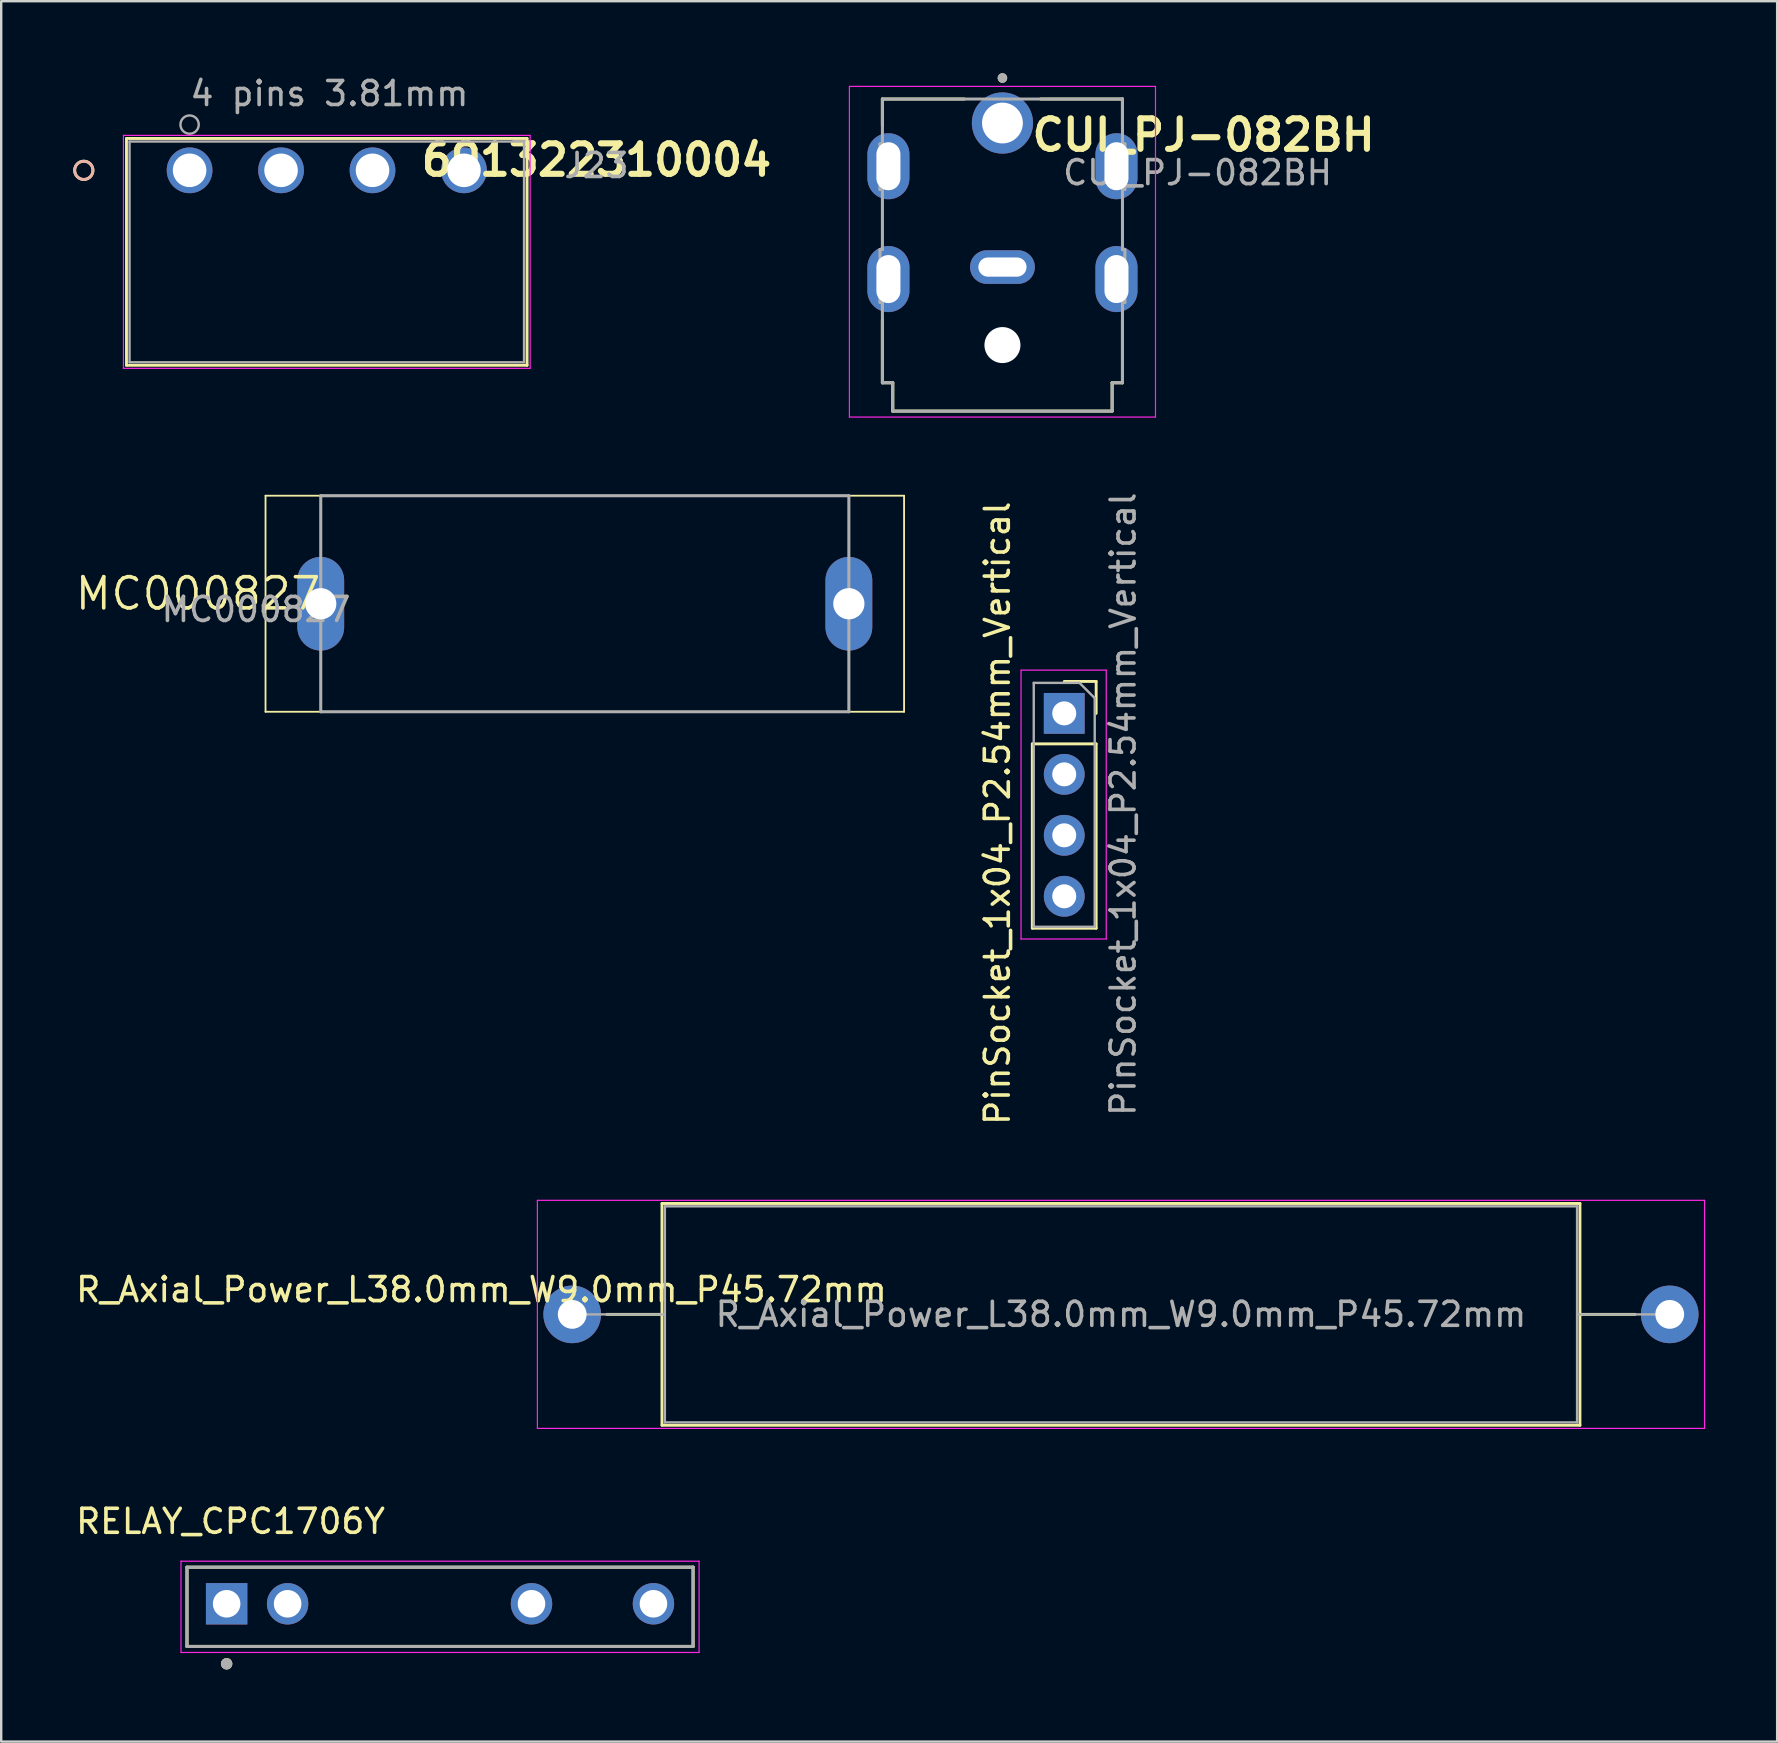
<source format=kicad_pcb>
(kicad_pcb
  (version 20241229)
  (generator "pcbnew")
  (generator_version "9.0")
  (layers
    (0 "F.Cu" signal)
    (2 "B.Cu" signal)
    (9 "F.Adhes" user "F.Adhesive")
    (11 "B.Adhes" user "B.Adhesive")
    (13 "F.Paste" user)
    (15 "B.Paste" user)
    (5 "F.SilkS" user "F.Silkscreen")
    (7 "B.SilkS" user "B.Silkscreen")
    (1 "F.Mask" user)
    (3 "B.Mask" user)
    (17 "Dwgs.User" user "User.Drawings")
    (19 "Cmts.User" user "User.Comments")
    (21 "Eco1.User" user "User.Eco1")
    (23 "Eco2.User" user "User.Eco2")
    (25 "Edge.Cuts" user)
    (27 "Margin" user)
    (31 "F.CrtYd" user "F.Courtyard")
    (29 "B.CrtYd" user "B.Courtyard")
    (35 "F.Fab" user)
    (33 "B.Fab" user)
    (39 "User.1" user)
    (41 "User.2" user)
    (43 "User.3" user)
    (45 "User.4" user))
  (footprint "RELAY_CPC1706Y"
    (layer "F.Cu")
    (at 6.391 63.759)
    (property "Reference" "RELAY_CPC1706Y" (at 0.163 -3.433 0) (layer "F.SilkS") (effects (font (size 1 1) (thickness 0.15))))
    (attr through_hole)
    (fp_line (start -1.651 -1.524) (end 19.431 -1.524) (stroke (width 0.127) (type solid)) (layer "F.SilkS"))
    (fp_line (start -1.651 1.778) (end -1.651 -1.524) (stroke (width 0.127) (type solid)) (layer "F.SilkS"))
    (fp_line (start 19.431 -1.524) (end 19.431 1.778) (stroke (width 0.127) (type solid)) (layer "F.SilkS"))
    (fp_line (start 19.431 1.778) (end -1.651 1.778) (stroke (width 0.127) (type solid)) (layer "F.SilkS"))
    (fp_circle (center 0 2.5) (end 0.12 2.5) (stroke (width 0.24) (type solid)) (fill no) (layer "F.SilkS"))
    (fp_line (start -1.901 -1.774) (end 19.681 -1.774) (stroke (width 0.05) (type solid)) (layer "F.CrtYd"))
    (fp_line (start -1.901 2.028) (end -1.901 -1.774) (stroke (width 0.05) (type solid)) (layer "F.CrtYd"))
    (fp_line (start 19.681 -1.774) (end 19.681 2.028) (stroke (width 0.05) (type solid)) (layer "F.CrtYd"))
    (fp_line (start 19.681 2.028) (end -1.901 2.028) (stroke (width 0.05) (type solid)) (layer "F.CrtYd"))
    (fp_line (start -1.651 -1.524) (end 19.431 -1.524) (stroke (width 0.127) (type solid)) (layer "F.Fab"))
    (fp_line (start -1.651 1.778) (end -1.651 -1.524) (stroke (width 0.127) (type solid)) (layer "F.Fab"))
    (fp_line (start 19.431 -1.524) (end 19.431 1.778) (stroke (width 0.127) (type solid)) (layer "F.Fab"))
    (fp_line (start 19.431 1.778) (end -1.651 1.778) (stroke (width 0.127) (type solid)) (layer "F.Fab"))
    (fp_circle (center 0 2.5) (end 0.12 2.5) (stroke (width 0.24) (type solid)) (fill no) (layer "F.Fab"))
    (pad "1" thru_hole rect (at 0 0) (size 1.725 1.725) (drill 1.15) (layers "*.Cu" "*.Mask"))
    (pad "2" thru_hole circle (at 2.54 0) (size 1.725 1.725) (drill 1.15) (layers "*.Cu" "*.Mask"))
    (pad "3" thru_hole circle (at 12.7 0) (size 1.725 1.725) (drill 1.15) (layers "*.Cu" "*.Mask"))
    (pad "4" thru_hole circle (at 17.78 0) (size 1.725 1.725) (drill 1.15) (layers "*.Cu" "*.Mask")))
  (footprint "PinSocket_1x04_P2.54mm_Vertical"
    (layer "F.Cu")
    (at 41.283 26.667)
    (property "Reference" "PinSocket_1x04_P2.54mm_Vertical" (at -2.786 4.16 90) (layer "F.SilkS") (effects (font (size 1 1) (thickness 0.15))))
    (attr through_hole)
    (fp_line (start -1.33 1.27) (end -1.33 8.95) (stroke (width 0.12) (type solid)) (layer "F.SilkS"))
    (fp_line (start -1.33 1.27) (end 1.33 1.27) (stroke (width 0.12) (type solid)) (layer "F.SilkS"))
    (fp_line (start -1.33 8.95) (end 1.33 8.95) (stroke (width 0.12) (type solid)) (layer "F.SilkS"))
    (fp_line (start 0 -1.33) (end 1.33 -1.33) (stroke (width 0.12) (type solid)) (layer "F.SilkS"))
    (fp_line (start 1.33 -1.33) (end 1.33 0) (stroke (width 0.12) (type solid)) (layer "F.SilkS"))
    (fp_line (start 1.33 1.27) (end 1.33 8.95) (stroke (width 0.12) (type solid)) (layer "F.SilkS"))
    (fp_line (start -1.8 -1.8) (end 1.75 -1.8) (stroke (width 0.05) (type solid)) (layer "F.CrtYd"))
    (fp_line (start -1.8 9.4) (end -1.8 -1.8) (stroke (width 0.05) (type solid)) (layer "F.CrtYd"))
    (fp_line (start 1.75 -1.8) (end 1.75 9.4) (stroke (width 0.05) (type solid)) (layer "F.CrtYd"))
    (fp_line (start 1.75 9.4) (end -1.8 9.4) (stroke (width 0.05) (type solid)) (layer "F.CrtYd"))
    (fp_line (start -1.27 -1.27) (end 0.635 -1.27) (stroke (width 0.1) (type solid)) (layer "F.Fab"))
    (fp_line (start -1.27 8.89) (end -1.27 -1.27) (stroke (width 0.1) (type solid)) (layer "F.Fab"))
    (fp_line (start 0.635 -1.27) (end 1.27 -0.635) (stroke (width 0.1) (type solid)) (layer "F.Fab"))
    (fp_line (start 1.27 -0.635) (end 1.27 8.89) (stroke (width 0.1) (type solid)) (layer "F.Fab"))
    (fp_line (start 1.27 8.89) (end -1.27 8.89) (stroke (width 0.1) (type solid)) (layer "F.Fab"))
    (fp_text user "${REFERENCE}" (at 2.452 3.784 90) (layer "F.Fab") (effects (font (size 1 1) (thickness 0.15))))
    (pad "1" thru_hole rect (at 0 0) (size 1.7 1.7) (drill 1) (layers "*.Cu" "*.Mask"))
    (pad "2" thru_hole oval (at 0 2.54) (size 1.7 1.7) (drill 1) (layers "*.Cu" "*.Mask"))
    (pad "3" thru_hole oval (at 0 5.08) (size 1.7 1.7) (drill 1) (layers "*.Cu" "*.Mask"))
    (pad "4" thru_hole oval (at 0 7.62) (size 1.7 1.7) (drill 1) (layers "*.Cu" "*.Mask")))
  (footprint "MC000827"
    (layer "F.Cu")
    (at 10.311 17.6)
    (property "Reference" "MC000827" (at -5.109 4.079 0) (layer "F.SilkS") (effects (font (size 1.3 1.3) (thickness 0.15))))
    (attr through_hole)
    (fp_line (start -2.3 0) (end 24.3 0) (stroke (width 0.076) (type solid)) (layer "F.SilkS"))
    (fp_line (start -2.3 9) (end -2.3 0) (stroke (width 0.076) (type solid)) (layer "F.SilkS"))
    (fp_line (start 24.3 0) (end 24.3 9) (stroke (width 0.076) (type solid)) (layer "F.SilkS"))
    (fp_line (start 24.3 9) (end -2.3 9) (stroke (width 0.076) (type solid)) (layer "F.SilkS"))
    (fp_line (start 0 0) (end 22 0) (stroke (width 0.127) (type solid)) (layer "F.Fab"))
    (fp_line (start 0 9) (end 0 0) (stroke (width 0.127) (type solid)) (layer "F.Fab"))
    (fp_line (start 22 0) (end 22 9) (stroke (width 0.127) (type solid)) (layer "F.Fab"))
    (fp_line (start 22 9) (end 0 9) (stroke (width 0.127) (type solid)) (layer "F.Fab"))
    (fp_text user "${REFERENCE}" (at -2.696 4.74 0) (unlocked yes) (layer "F.Fab") (effects (font (size 1 1) (thickness 0.15))))
    (pad "P$1" thru_hole oval (at 22 4.5) (size 1.95 3.9) (drill 1.3) (layers "*.Cu" "*.Mask"))
    (pad "P$2" thru_hole oval (at 0 4.5) (size 1.95 3.9) (drill 1.3) (layers "*.Cu" "*.Mask")))
  (footprint "R_Axial_Power_L38.0mm_W9.0mm_P45.72mm"
    (layer "F.Cu")
    (at 20.786 51.703)
    (property "Reference" "R_Axial_Power_L38.0mm_W9.0mm_P45.72mm" (at -3.78 -1.03 180) (layer "F.SilkS") (effects (font (size 1 1) (thickness 0.15))))
    (attr through_hole)
    (fp_line (start 1.44 0) (end 3.74 0) (stroke (width 0.12) (type solid)) (layer "F.SilkS"))
    (fp_line (start 3.74 -4.62) (end 3.74 4.62) (stroke (width 0.12) (type solid)) (layer "F.SilkS"))
    (fp_line (start 3.74 4.62) (end 41.98 4.62) (stroke (width 0.12) (type solid)) (layer "F.SilkS"))
    (fp_line (start 41.98 -4.62) (end 3.74 -4.62) (stroke (width 0.12) (type solid)) (layer "F.SilkS"))
    (fp_line (start 41.98 4.62) (end 41.98 -4.62) (stroke (width 0.12) (type solid)) (layer "F.SilkS"))
    (fp_line (start 44.28 0) (end 41.98 0) (stroke (width 0.12) (type solid)) (layer "F.SilkS"))
    (fp_line (start -1.45 -4.75) (end -1.45 4.75) (stroke (width 0.05) (type solid)) (layer "F.CrtYd"))
    (fp_line (start -1.45 4.75) (end 47.17 4.75) (stroke (width 0.05) (type solid)) (layer "F.CrtYd"))
    (fp_line (start 47.17 -4.75) (end -1.45 -4.75) (stroke (width 0.05) (type solid)) (layer "F.CrtYd"))
    (fp_line (start 47.17 4.75) (end 47.17 -4.75) (stroke (width 0.05) (type solid)) (layer "F.CrtYd"))
    (fp_line (start 0 0) (end 3.86 0) (stroke (width 0.1) (type solid)) (layer "F.Fab"))
    (fp_line (start 3.86 -4.5) (end 3.86 4.5) (stroke (width 0.1) (type solid)) (layer "F.Fab"))
    (fp_line (start 3.86 4.5) (end 41.86 4.5) (stroke (width 0.1) (type solid)) (layer "F.Fab"))
    (fp_line (start 41.86 -4.5) (end 3.86 -4.5) (stroke (width 0.1) (type solid)) (layer "F.Fab"))
    (fp_line (start 41.86 4.5) (end 41.86 -4.5) (stroke (width 0.1) (type solid)) (layer "F.Fab"))
    (fp_line (start 45.72 0) (end 41.86 0) (stroke (width 0.1) (type solid)) (layer "F.Fab"))
    (fp_text user "${REFERENCE}" (at 22.86 0 0) (layer "F.Fab") (effects (font (size 1 1) (thickness 0.15))))
    (pad "1" thru_hole circle (at 0 0) (size 2.4 2.4) (drill 1.2) (layers "*.Cu" "*.Mask"))
    (pad "2" thru_hole oval (at 45.72 0) (size 2.4 2.4) (drill 1.2) (layers "*.Cu" "*.Mask")))
  (footprint "691322310004"
    (layer "F.Cu")
    (at 4.848 4.045)
    (property "Reference" "691322310004" (at 16.95 -0.429 0) (layer "F.SilkS") (effects (font (size 1.27 1.27) (thickness 0.254) (bold yes))))
    (attr through_hole)
    (fp_line (start -2.629 -1.327) (end -2.629 8.122) (stroke (width 0.12) (type solid)) (layer "F.SilkS"))
    (fp_line (start -2.629 8.122) (end 14.059 8.122) (stroke (width 0.12) (type solid)) (layer "F.SilkS"))
    (fp_line (start 14.059 -1.327) (end -2.629 -1.327) (stroke (width 0.12) (type solid)) (layer "F.SilkS"))
    (fp_line (start 14.059 8.122) (end 14.059 -1.327) (stroke (width 0.12) (type solid)) (layer "F.SilkS"))
    (fp_circle (center -4.407 0) (end -4.026 0) (stroke (width 0.12) (type solid)) (fill no) (layer "F.SilkS"))
    (fp_circle (center -4.407 0) (end -4.026 0) (stroke (width 0.12) (type solid)) (fill no) (layer "B.SilkS"))
    (fp_line (start -2.756 -1.454) (end -2.756 8.249) (stroke (width 0.05) (type solid)) (layer "F.CrtYd"))
    (fp_line (start -2.756 8.249) (end 14.186 8.249) (stroke (width 0.05) (type solid)) (layer "F.CrtYd"))
    (fp_line (start 14.186 -1.454) (end -2.756 -1.454) (stroke (width 0.05) (type solid)) (layer "F.CrtYd"))
    (fp_line (start 14.186 8.249) (end 14.186 -1.454) (stroke (width 0.05) (type solid)) (layer "F.CrtYd"))
    (fp_line (start -2.502 -1.2) (end -2.502 7.995) (stroke (width 0.1) (type solid)) (layer "F.Fab"))
    (fp_line (start -2.502 7.995) (end 13.932 7.995) (stroke (width 0.1) (type solid)) (layer "F.Fab"))
    (fp_line (start 13.932 -1.2) (end -2.502 -1.2) (stroke (width 0.1) (type solid)) (layer "F.Fab"))
    (fp_line (start 13.932 7.995) (end 13.932 -1.2) (stroke (width 0.1) (type solid)) (layer "F.Fab"))
    (fp_circle (center 0 -1.905) (end 0.381 -1.905) (stroke (width 0.1) (type solid)) (fill no) (layer "F.Fab"))
    (fp_text user "4 pins 3.81mm" (at 5.825 -3.197 0) (layer "F.Fab") (effects (font (size 1 1) (thickness 0.15))))
    (fp_text user "J23" (at 16.95 -0.2 0) (layer "F.Fab") (effects (font (size 1 1) (thickness 0.15))))
    (pad "1" thru_hole circle (at 0 0) (size 1.905 1.905) (drill 1.397) (layers "*.Cu" "*.Mask"))
    (pad "2" thru_hole circle (at 3.81 0) (size 1.905 1.905) (drill 1.397) (layers "*.Cu" "*.Mask"))
    (pad "3" thru_hole circle (at 7.62 0) (size 1.905 1.905) (drill 1.397) (layers "*.Cu" "*.Mask"))
    (pad "4" thru_hole circle (at 11.43 0) (size 1.905 1.905) (drill 1.397) (layers "*.Cu" "*.Mask")))
  (footprint "CUI_PJ-082BH"
    (layer "F.Cu")
    (at 38.709 2.075)
    (property "Reference" "CUI_PJ-082BH" (at 8.38 0.5 0) (layer "F.SilkS") (effects (font (size 1.27 1.27) (thickness 0.254) (bold yes))))
    (attr through_hole)
    (fp_line (start -5 -1) (end -5 0.105) (stroke (width 0.127) (type solid)) (layer "F.SilkS"))
    (fp_line (start -5 10.82) (end -5 8.195) (stroke (width 0.127) (type solid)) (layer "F.SilkS"))
    (fp_line (start -5 10.82) (end -4.57 10.82) (stroke (width 0.127) (type solid)) (layer "F.SilkS"))
    (fp_line (start -4.57 12) (end -4.57 10.82) (stroke (width 0.127) (type solid)) (layer "F.SilkS"))
    (fp_line (start -4.57 12) (end 4.57 12) (stroke (width 0.127) (type solid)) (layer "F.SilkS"))
    (fp_line (start -1.595 -1) (end -5 -1) (stroke (width 0.127) (type solid)) (layer "F.SilkS"))
    (fp_line (start 4.57 12) (end 4.57 10.82) (stroke (width 0.127) (type solid)) (layer "F.SilkS"))
    (fp_line (start 5 -1) (end 1.595 -1) (stroke (width 0.127) (type solid)) (layer "F.SilkS"))
    (fp_line (start 5 -1) (end 5 0.105) (stroke (width 0.127) (type solid)) (layer "F.SilkS"))
    (fp_line (start 5 10.82) (end 4.57 10.82) (stroke (width 0.127) (type solid)) (layer "F.SilkS"))
    (fp_line (start 5 10.82) (end 5 8.195) (stroke (width 0.127) (type solid)) (layer "F.SilkS"))
    (fp_circle (center 0 -1.875) (end 0.1 -1.875) (stroke (width 0.2) (type solid)) (fill no) (layer "F.SilkS"))
    (fp_line (start -6.375 -1.525) (end -6.375 12.25) (stroke (width 0.05) (type solid)) (layer "F.CrtYd"))
    (fp_line (start -6.375 12.25) (end 6.375 12.25) (stroke (width 0.05) (type solid)) (layer "F.CrtYd"))
    (fp_line (start 6.375 -1.525) (end -6.375 -1.525) (stroke (width 0.05) (type solid)) (layer "F.CrtYd"))
    (fp_line (start 6.375 12.25) (end 6.375 -1.525) (stroke (width 0.05) (type solid)) (layer "F.CrtYd"))
    (fp_line (start -5.1 0.87) (end -5.1 2.77) (stroke (width 0.127) (type solid)) (layer "F.Fab"))
    (fp_line (start -5.1 0.87) (end -5 0.87) (stroke (width 0.127) (type solid)) (layer "F.Fab"))
    (fp_line (start -5.1 2.77) (end -5 2.77) (stroke (width 0.127) (type solid)) (layer "F.Fab"))
    (fp_line (start -5.1 5.27) (end -5.1 7.47) (stroke (width 0.127) (type solid)) (layer "F.Fab"))
    (fp_line (start -5.1 5.27) (end -5 5.27) (stroke (width 0.127) (type solid)) (layer "F.Fab"))
    (fp_line (start -5.1 7.47) (end -5 7.47) (stroke (width 0.127) (type solid)) (layer "F.Fab"))
    (fp_line (start -5 -1) (end -5 0.87) (stroke (width 0.127) (type solid)) (layer "F.Fab"))
    (fp_line (start -5 2.77) (end -5 5.27) (stroke (width 0.127) (type solid)) (layer "F.Fab"))
    (fp_line (start -5 7.47) (end -5 10.82) (stroke (width 0.127) (type solid)) (layer "F.Fab"))
    (fp_line (start -5 10.82) (end -4.57 10.82) (stroke (width 0.127) (type solid)) (layer "F.Fab"))
    (fp_line (start -4.57 12) (end -4.57 10.82) (stroke (width 0.127) (type solid)) (layer "F.Fab"))
    (fp_line (start -4.57 12) (end 4.57 12) (stroke (width 0.127) (type solid)) (layer "F.Fab"))
    (fp_line (start 4.57 12) (end 4.57 10.82) (stroke (width 0.127) (type solid)) (layer "F.Fab"))
    (fp_line (start 5 -1) (end -5 -1) (stroke (width 0.127) (type solid)) (layer "F.Fab"))
    (fp_line (start 5 -1) (end 5 0.87) (stroke (width 0.127) (type solid)) (layer "F.Fab"))
    (fp_line (start 5 0.87) (end 5.1 0.87) (stroke (width 0.127) (type solid)) (layer "F.Fab"))
    (fp_line (start 5 2.77) (end 5.1 2.77) (stroke (width 0.127) (type solid)) (layer "F.Fab"))
    (fp_line (start 5 5.27) (end 5 2.77) (stroke (width 0.127) (type solid)) (layer "F.Fab"))
    (fp_line (start 5 5.27) (end 5.1 5.27) (stroke (width 0.127) (type solid)) (layer "F.Fab"))
    (fp_line (start 5 7.47) (end 5.1 7.47) (stroke (width 0.127) (type solid)) (layer "F.Fab"))
    (fp_line (start 5 10.82) (end 4.57 10.82) (stroke (width 0.127) (type solid)) (layer "F.Fab"))
    (fp_line (start 5 10.82) (end 5 7.47) (stroke (width 0.127) (type solid)) (layer "F.Fab"))
    (fp_line (start 5.1 2.77) (end 5.1 0.87) (stroke (width 0.127) (type solid)) (layer "F.Fab"))
    (fp_line (start 5.1 7.47) (end 5.1 5.27) (stroke (width 0.127) (type solid)) (layer "F.Fab"))
    (fp_circle (center 0 -1.875) (end 0.1 -1.875) (stroke (width 0.2) (type solid)) (fill no) (layer "F.Fab"))
    (fp_text user "${REFERENCE}" (at 8.128 2.068 0) (unlocked yes) (layer "F.Fab") (effects (font (size 1 1) (thickness 0.15))))
    (pad "" np_thru_hole circle (at 0 9.25) (size 1.5 1.5) (drill 1.5) (layers "*.Cu" "*.Mask"))
    (pad "1" thru_hole circle (at 0 0) (size 2.55 2.55) (drill 1.7) (layers "*.Cu" "*.Mask"))
    (pad "2" thru_hole oval (at 0 6) (size 2.7 1.4) (drill oval 2.006 0.8) (layers "*.Cu" "*.Mask"))
    (pad "S1" thru_hole oval (at -4.75 6.5) (size 1.75 2.75) (drill oval 1 2) (layers "*.Cu" "*.Mask"))
    (pad "S2" thru_hole oval (at 4.75 6.5) (size 1.75 2.75) (drill oval 1 2) (layers "*.Cu" "*.Mask"))
    (pad "S3" thru_hole oval (at -4.75 1.8) (size 1.75 2.75) (drill oval 1 2) (layers "*.Cu" "*.Mask"))
    (pad "S4" thru_hole oval (at 4.75 1.8) (size 1.75 2.75) (drill oval 1 2) (layers "*.Cu" "*.Mask")))
  (gr_rect
    (start -3 -3)
    (end 70.981 69.499)
    (stroke (width 0.1) (type default))
    (fill no)
    (layer "Edge.Cuts")))
</source>
